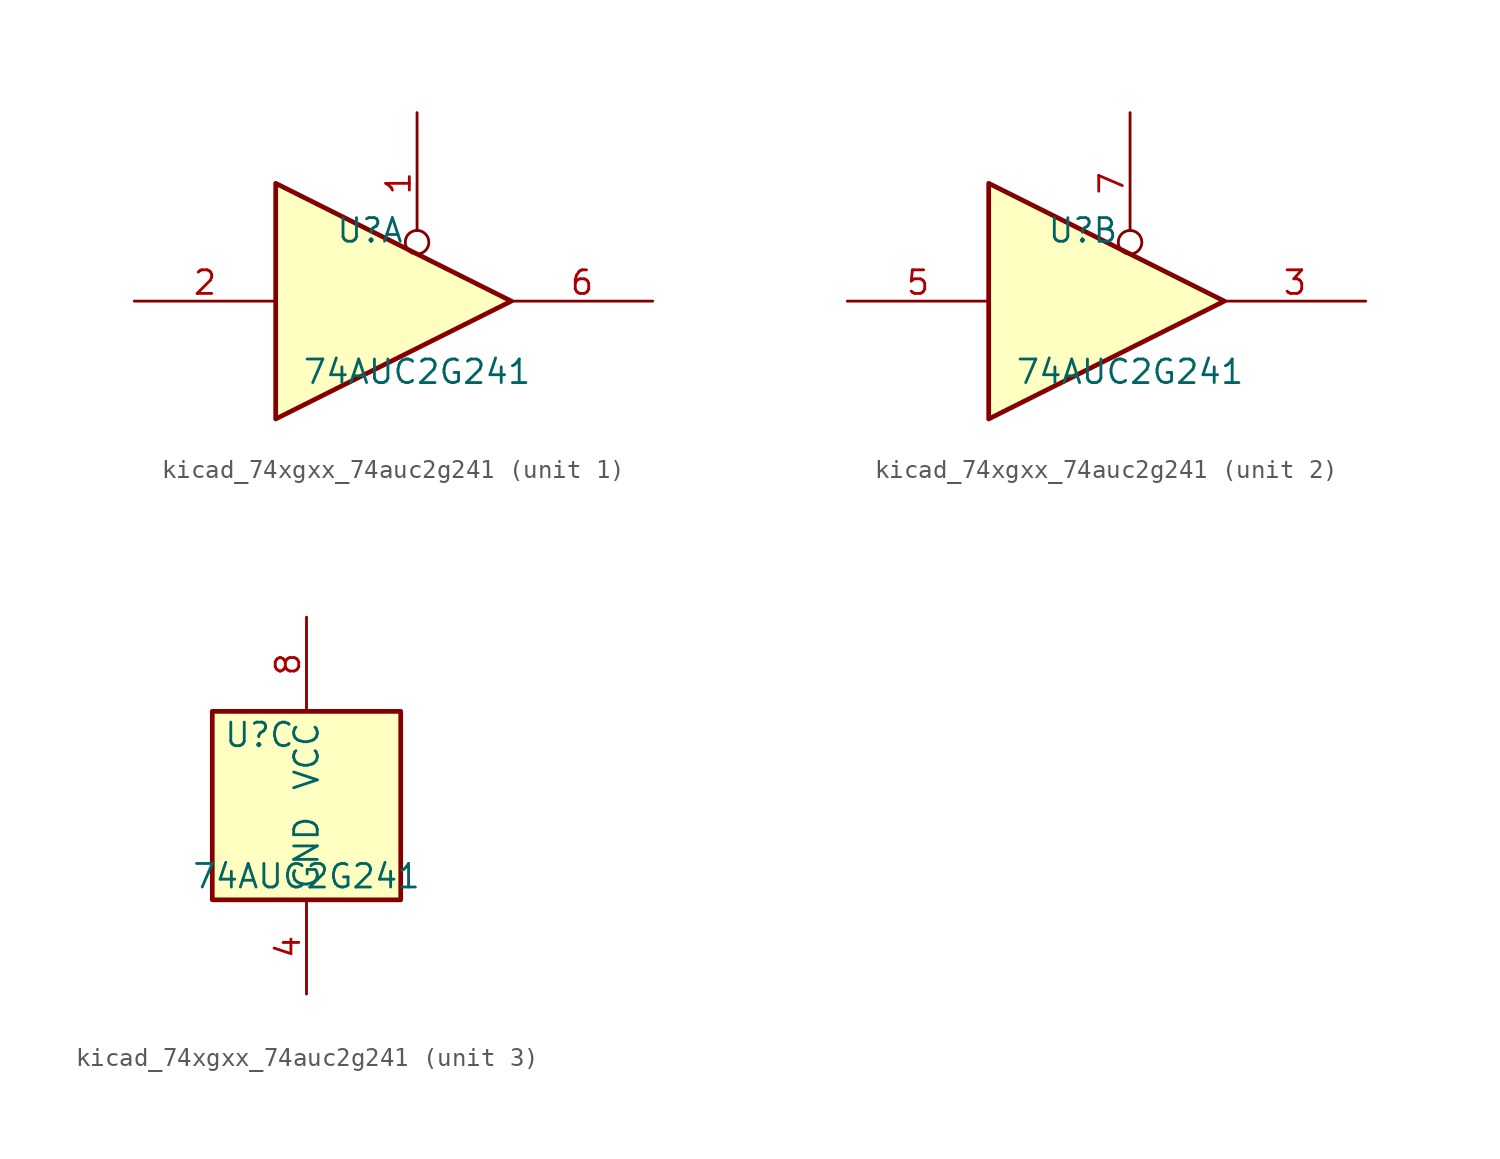
<source format=kicad_sym>
(kicad_symbol_lib
  (version 20220914)
  (generator kicad_symbol_editor)
  (symbol "kicad_74xgxx_74auc2g241"
    (property "Reference" "U"
      (at -2.54 3.81 0)
      (effects (font (size 1.27 1.27))))
    (property "Value" "74AUC2G241"
      (at 0 -3.81 0)
      (effects (font (size 1.27 1.27))))
    (symbol "kicad_74xgxx_74auc2g241_1_1"
      (polyline (pts (xy -7.62 6.35) (xy -7.62 -6.35) (xy 5.08 0) (xy -7.62 6.35)) (stroke (width 0.254) (type default)) (fill (type background)))
      (pin input inverted (at 0 10.16 270) (length 7.62) (name "~" (effects (font (size 1.27 1.27)))) (number "1" (effects (font (size 1.27 1.27)))))
      (pin input line (at -15.24 0 0) (length 7.62) (name "~" (effects (font (size 1.27 1.27)))) (number "2" (effects (font (size 1.27 1.27)))))
      (pin tri_state line (at 12.7 0 180) (length 7.62) (name "~" (effects (font (size 1.27 1.27)))) (number "6" (effects (font (size 1.27 1.27))))))
    (symbol "kicad_74xgxx_74auc2g241_2_1"
      (polyline (pts (xy -7.62 6.35) (xy -7.62 -6.35) (xy 5.08 0) (xy -7.62 6.35)) (stroke (width 0.254) (type default)) (fill (type background)))
      (pin tri_state line (at 12.7 0 180) (length 7.62) (name "~" (effects (font (size 1.27 1.27)))) (number "3" (effects (font (size 1.27 1.27)))))
      (pin input line (at -15.24 0 0) (length 7.62) (name "~" (effects (font (size 1.27 1.27)))) (number "5" (effects (font (size 1.27 1.27)))))
      (pin input inverted (at 0 10.16 270) (length 7.62) (name "~" (effects (font (size 1.27 1.27)))) (number "7" (effects (font (size 1.27 1.27))))))
    (symbol "kicad_74xgxx_74auc2g241_3_0"
      (rectangle (start -5.08 -5.08) (end 5.08 5.08) (stroke (width 0.254) (type default)) (fill (type background))))
    (symbol "kicad_74xgxx_74auc2g241_3_1"
      (pin power_in line (at 0 -10.16 90) (length 5.08) (name "GND" (effects (font (size 1.27 1.27)))) (number "4" (effects (font (size 1.27 1.27)))))
      (pin power_in line (at 0 10.16 270) (length 5.08) (name "VCC" (effects (font (size 1.27 1.27)))) (number "8" (effects (font (size 1.27 1.27))))))))
</source>
